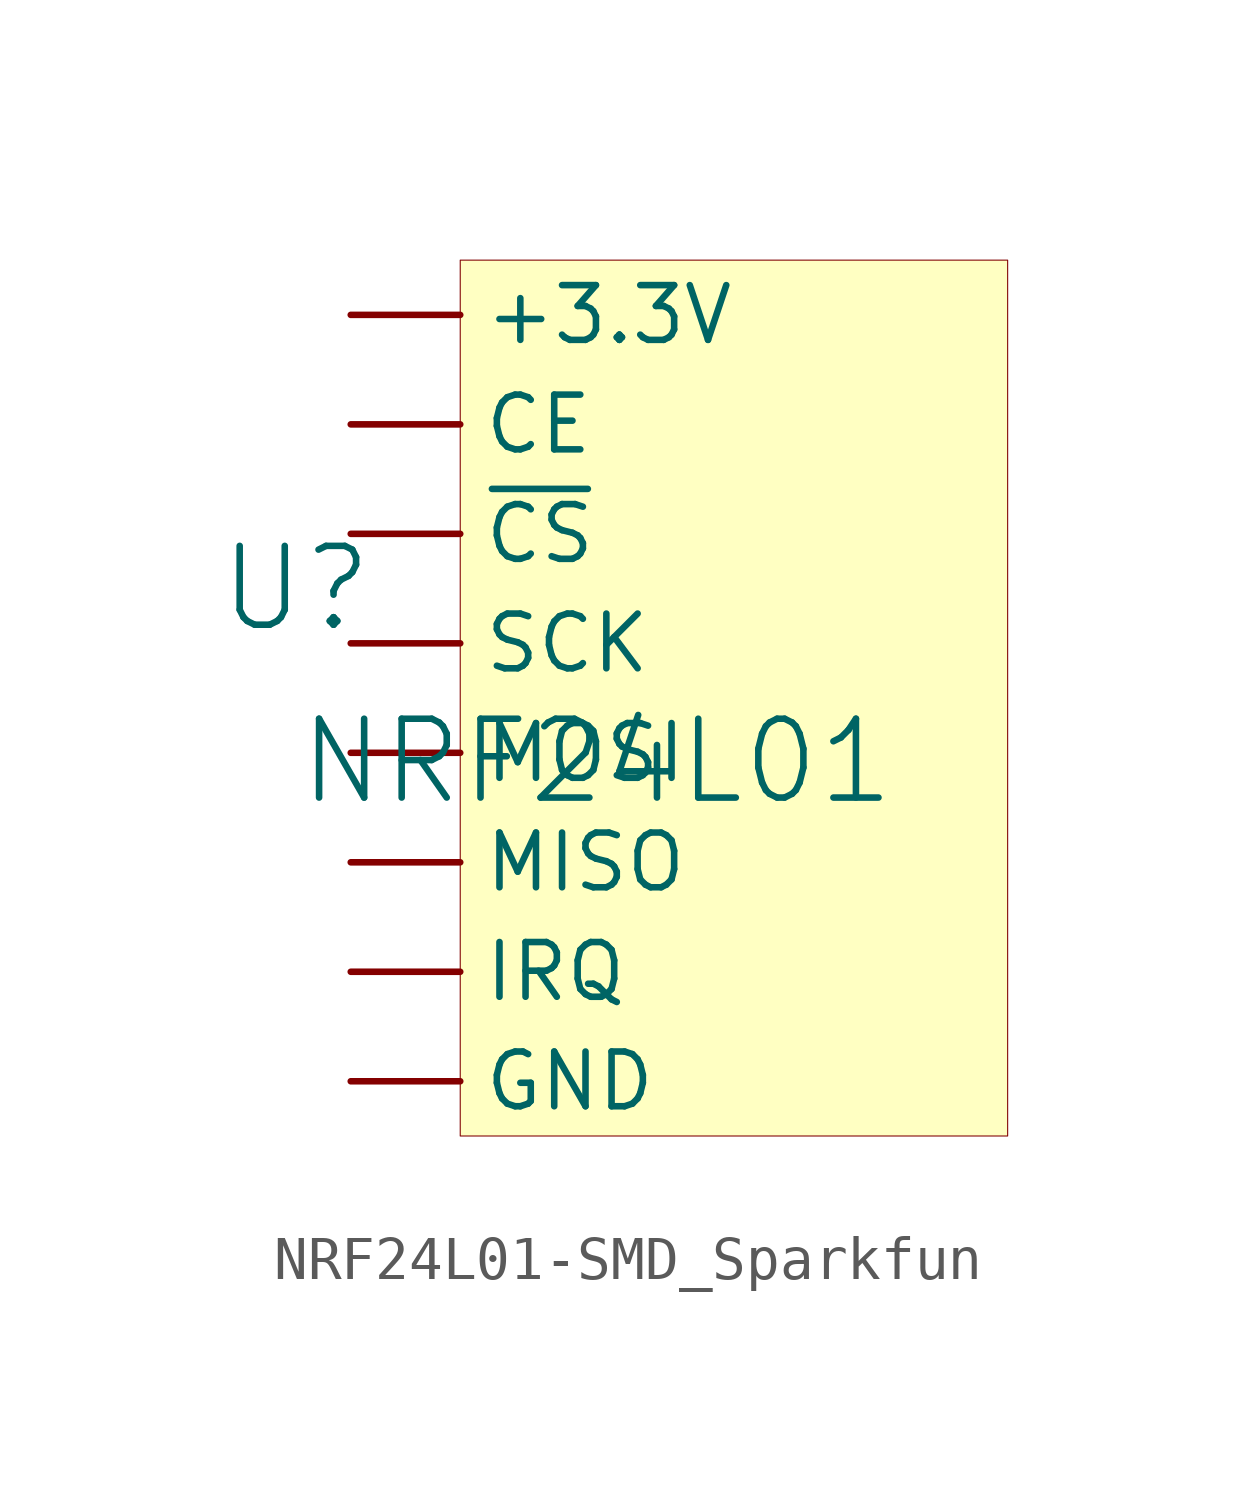
<source format=kicad_sym>
(kicad_symbol_lib
  (version 20241209)
  (generator "kicad_symbol_editor")
  (generator_version "9.0")
  (symbol "NRF24L01-SMD_Sparkfun"
    (pin_numbers
      (hide yes))
    (property "Reference" "U"
      (at -1.27 1.27 0)
      (effects (font (size 1.829 1.829))))
    (property "Value" "NRF24L01"
      (at -1.27 -3.81 0)
      (effects (font (size 1.829 1.829)) (justify left bottom)))
    (symbol "NRF24L01-SMD_Sparkfun_1_0"
      (rectangle (start 15.24 8.89) (end 2.54 -11.43) (stroke (width 0.025) (type solid) (color 128 0 0 1)) (fill (type background)))
      (pin passive line (at 0 7.62 0) (length 2.54) (name "+3.3V" (effects (font (size 1.27 1.27)))) (number "1" (effects (font (size 1.27 1.27)))))
      (pin passive line (at 0 5.08 0) (length 2.54) (name "CE" (effects (font (size 1.27 1.27)))) (number "2" (effects (font (size 1.27 1.27)))))
      (pin passive line (at 0 2.54 0) (length 2.54) (name "~{CS}" (effects (font (size 1.27 1.27)))) (number "3" (effects (font (size 1.27 1.27)))))
      (pin passive line (at 0 0 0) (length 2.54) (name "SCK" (effects (font (size 1.27 1.27)))) (number "4" (effects (font (size 1.27 1.27)))))
      (pin passive line (at 0 -2.54 0) (length 2.54) (name "MOSI" (effects (font (size 1.27 1.27)))) (number "5" (effects (font (size 1.27 1.27)))))
      (pin passive line (at 0 -5.08 0) (length 2.54) (name "MISO" (effects (font (size 1.27 1.27)))) (number "6" (effects (font (size 1.27 1.27)))))
      (pin passive line (at 0 -7.62 0) (length 2.54) (name "IRQ" (effects (font (size 1.27 1.27)))) (number "7" (effects (font (size 1.27 1.27)))))
      (pin passive line (at 0 -10.16 0) (length 2.54) (name "GND" (effects (font (size 1.27 1.27)))) (number "8" (effects (font (size 1.27 1.27))))))))
</source>
